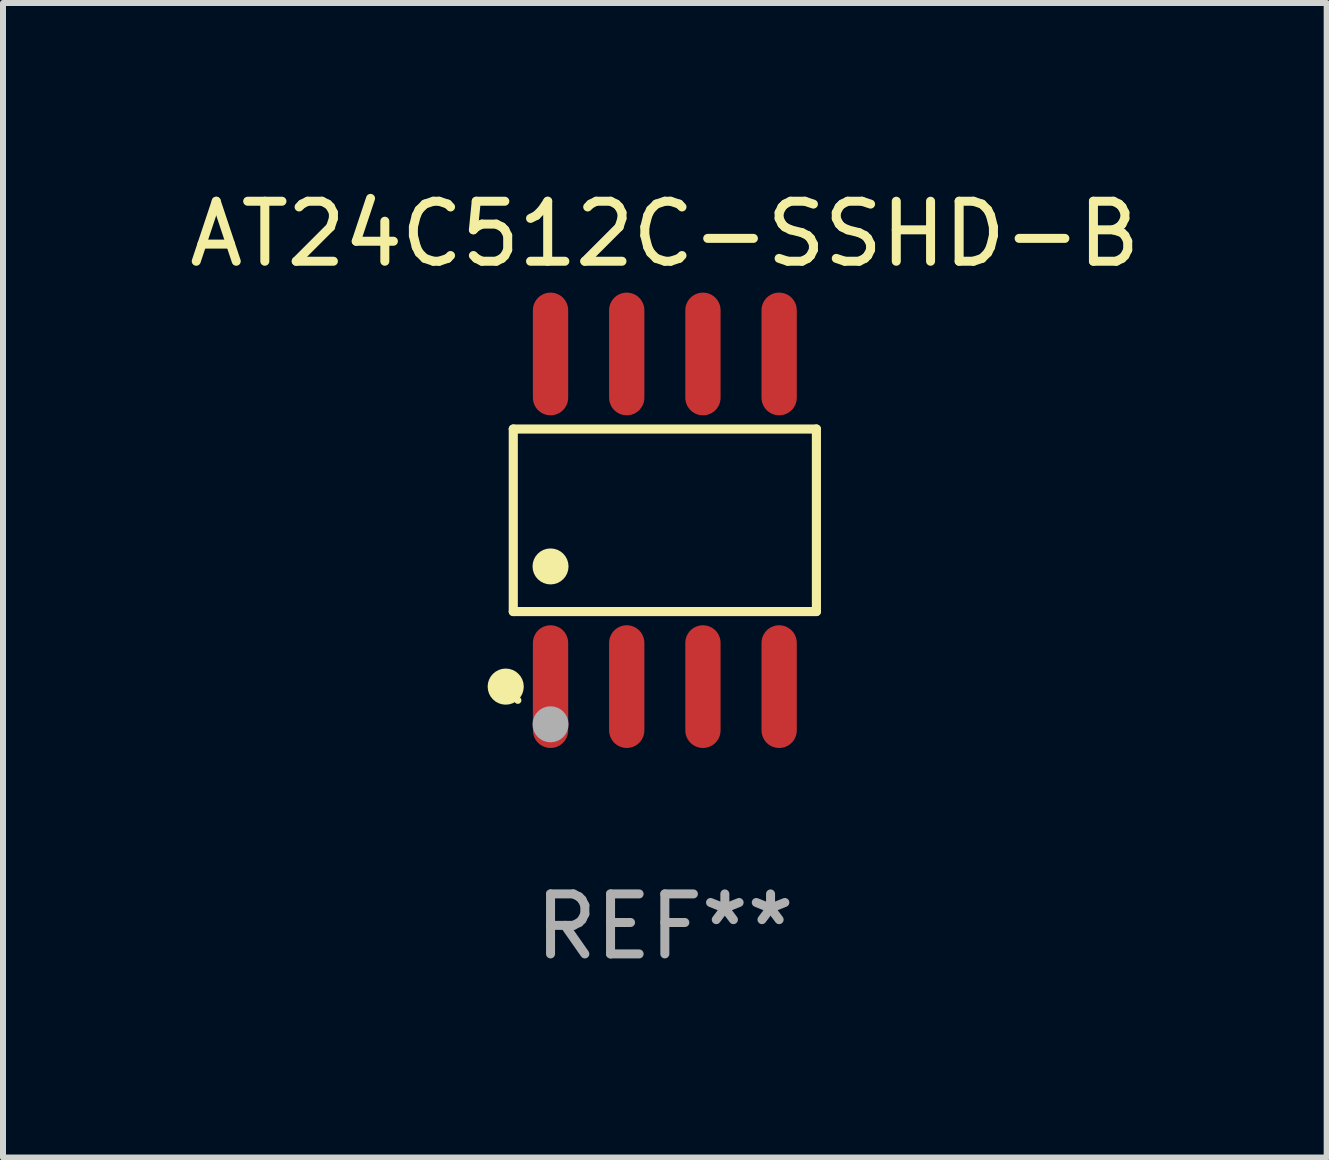
<source format=kicad_pcb>
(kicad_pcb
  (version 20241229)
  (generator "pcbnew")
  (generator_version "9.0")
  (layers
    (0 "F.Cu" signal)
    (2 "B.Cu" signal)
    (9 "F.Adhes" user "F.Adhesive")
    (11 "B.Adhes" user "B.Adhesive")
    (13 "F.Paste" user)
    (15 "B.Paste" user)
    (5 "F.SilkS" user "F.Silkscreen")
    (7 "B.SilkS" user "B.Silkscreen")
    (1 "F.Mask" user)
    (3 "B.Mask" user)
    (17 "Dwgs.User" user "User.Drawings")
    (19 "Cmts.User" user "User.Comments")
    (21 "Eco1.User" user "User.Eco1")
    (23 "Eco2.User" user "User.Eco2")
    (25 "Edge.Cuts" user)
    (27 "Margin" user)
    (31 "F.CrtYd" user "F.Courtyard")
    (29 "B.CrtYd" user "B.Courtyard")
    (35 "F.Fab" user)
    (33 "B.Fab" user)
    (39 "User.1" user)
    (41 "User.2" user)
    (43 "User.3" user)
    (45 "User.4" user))
  (footprint "AT24C512C-SSHD-B"
    (layer "F.Cu")
    (at 8.03 5.621)
    (property "Reference" "AT24C512C-SSHD-B" (at 0 -4.772 0) (layer "F.SilkS") (effects (font (size 1 1) (thickness 0.15))))
    (attr through_hole)
    (fp_line (start -2.526 -1.521) (end 2.526 -1.521) (stroke (width 0.152) (type solid)) (layer "F.SilkS"))
    (fp_line (start -2.526 1.521) (end -2.526 -1.521) (stroke (width 0.152) (type solid)) (layer "F.SilkS"))
    (fp_line (start 2.526 -1.521) (end 2.526 1.521) (stroke (width 0.152) (type solid)) (layer "F.SilkS"))
    (fp_line (start 2.526 1.521) (end -2.526 1.521) (stroke (width 0.152) (type solid)) (layer "F.SilkS"))
    (fp_circle (center -2.652 2.772) (end -2.501 2.772) (stroke (width 0.3) (type solid)) (fill no) (layer "F.SilkS"))
    (fp_circle (center -2.45 3) (end -2.42 3) (stroke (width 0.06) (type solid)) (fill no) (layer "F.SilkS"))
    (fp_circle (center -1.905 0.769) (end -1.755 0.769) (stroke (width 0.3) (type solid)) (fill no) (layer "F.SilkS"))
    (fp_circle (center -1.905 3.4) (end -1.755 3.4) (stroke (width 0.3) (type solid)) (fill no) (layer "F.Fab"))
    (fp_text user "REF**" (at 0 6.772 0) (layer "F.Fab") (effects (font (size 1 1) (thickness 0.15))))
    (pad "1" smd oval (at -1.905 2.772) (size 0.588 2.045) (layers "F.Cu" "F.Mask" "F.Paste"))
    (pad "2" smd oval (at -0.635 2.772) (size 0.588 2.045) (layers "F.Cu" "F.Mask" "F.Paste"))
    (pad "3" smd oval (at 0.635 2.772) (size 0.588 2.045) (layers "F.Cu" "F.Mask" "F.Paste"))
    (pad "4" smd oval (at 1.905 2.772) (size 0.588 2.045) (layers "F.Cu" "F.Mask" "F.Paste"))
    (pad "5" smd oval (at 1.905 -2.772) (size 0.588 2.045) (layers "F.Cu" "F.Mask" "F.Paste"))
    (pad "6" smd oval (at 0.635 -2.772) (size 0.588 2.045) (layers "F.Cu" "F.Mask" "F.Paste"))
    (pad "7" smd oval (at -0.635 -2.772) (size 0.588 2.045) (layers "F.Cu" "F.Mask" "F.Paste"))
    (pad "8" smd oval (at -1.905 -2.772) (size 0.588 2.045) (layers "F.Cu" "F.Mask" "F.Paste")))
  (gr_rect
    (start -3 -3)
    (end 19.06 16.241)
    (stroke (width 0.1) (type default))
    (fill no)
    (layer "Edge.Cuts")))
</source>
